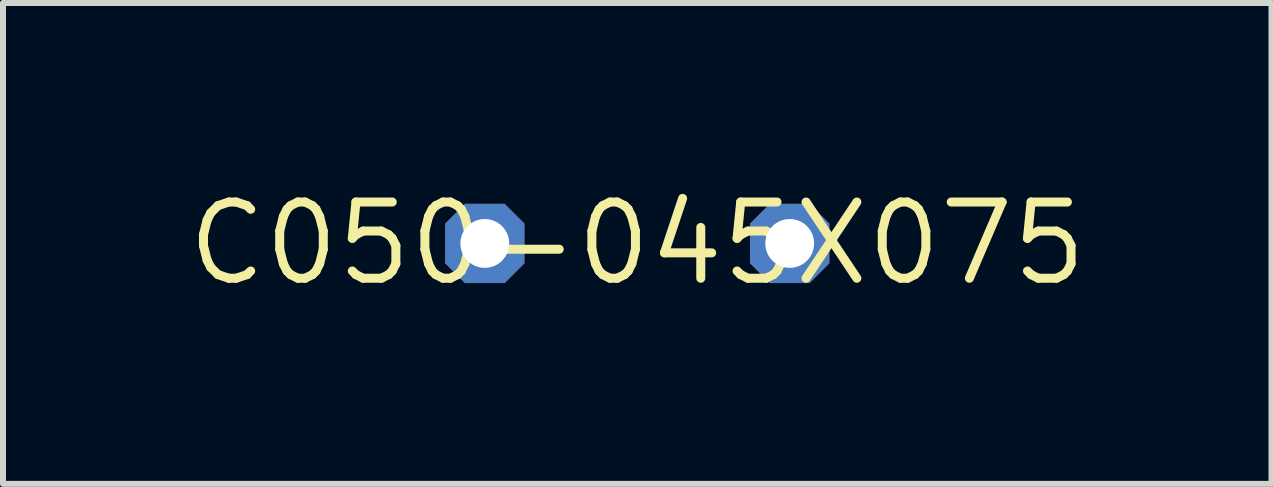
<source format=kicad_pcb>
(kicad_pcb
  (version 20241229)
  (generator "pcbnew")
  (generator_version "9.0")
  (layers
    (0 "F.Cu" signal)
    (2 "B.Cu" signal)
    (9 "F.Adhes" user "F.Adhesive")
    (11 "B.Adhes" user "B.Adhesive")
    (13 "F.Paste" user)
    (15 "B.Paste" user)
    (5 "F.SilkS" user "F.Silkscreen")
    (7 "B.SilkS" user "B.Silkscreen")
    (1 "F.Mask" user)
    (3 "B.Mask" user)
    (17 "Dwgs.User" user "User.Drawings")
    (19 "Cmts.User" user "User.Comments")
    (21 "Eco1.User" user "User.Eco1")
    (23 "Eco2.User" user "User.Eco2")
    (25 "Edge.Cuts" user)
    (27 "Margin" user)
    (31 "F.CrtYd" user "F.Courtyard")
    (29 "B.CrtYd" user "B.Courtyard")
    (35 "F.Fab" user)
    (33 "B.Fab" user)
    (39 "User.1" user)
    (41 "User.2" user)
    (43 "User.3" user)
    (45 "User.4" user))
  (footprint "C050-045X075"
    (layer "F.Cu")
    (at 7.567 1.006)
    (property "Reference" "C050-045X075" (at 0 0 0) (layer "F.SilkS") (effects (font (size 1.27 1.27) (thickness 0.15))))
    (pad "1" thru_hole roundrect (at -2.54 0) (size 1.321 1.321) (drill 0.813) (layers "*.Cu" "*.Mask") (roundrect_rratio 0.25) (chamfer_ratio 0.25) (chamfer top_left top_right bottom_left bottom_right))
    (pad "2" thru_hole roundrect (at 2.54 0) (size 1.321 1.321) (drill 0.813) (layers "*.Cu" "*.Mask") (roundrect_rratio 0.25) (chamfer_ratio 0.25) (chamfer top_left top_right bottom_left bottom_right)))
  (gr_rect
    (start -3 -3)
    (end 18.134 5.012)
    (stroke (width 0.1) (type default))
    (fill no)
    (layer "Edge.Cuts")))
</source>
